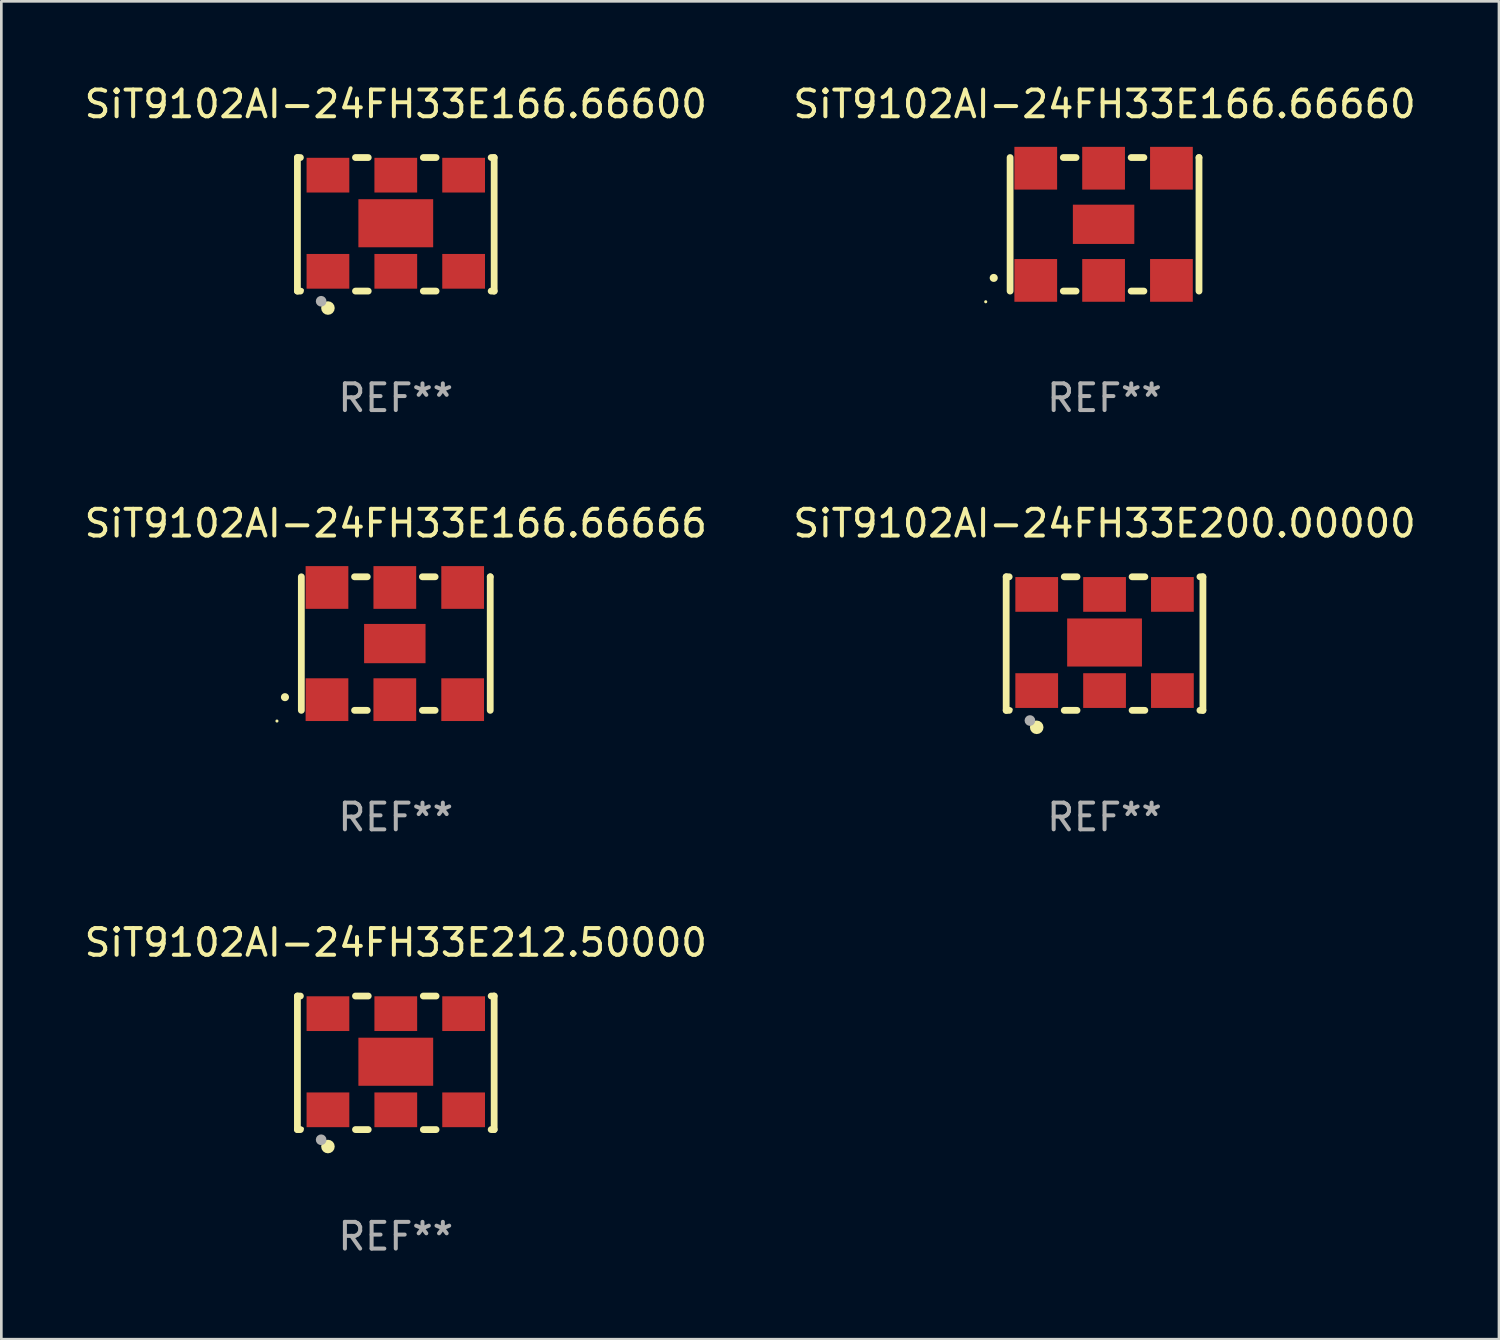
<source format=kicad_pcb>
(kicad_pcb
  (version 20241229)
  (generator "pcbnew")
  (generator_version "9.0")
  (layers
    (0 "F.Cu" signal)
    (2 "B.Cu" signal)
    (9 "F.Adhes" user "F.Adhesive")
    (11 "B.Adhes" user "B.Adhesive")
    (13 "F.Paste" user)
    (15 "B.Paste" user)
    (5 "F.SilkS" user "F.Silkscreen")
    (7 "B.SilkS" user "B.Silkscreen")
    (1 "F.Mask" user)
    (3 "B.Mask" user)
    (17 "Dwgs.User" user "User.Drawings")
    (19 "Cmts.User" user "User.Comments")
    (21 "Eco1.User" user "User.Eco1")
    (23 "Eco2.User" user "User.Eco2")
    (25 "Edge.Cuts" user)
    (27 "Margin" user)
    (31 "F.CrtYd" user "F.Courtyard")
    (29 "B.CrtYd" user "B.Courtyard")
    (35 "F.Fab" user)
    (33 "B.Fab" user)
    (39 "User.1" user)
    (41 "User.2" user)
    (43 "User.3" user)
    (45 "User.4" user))
  (footprint "SiT9102AI-24FH33E166.66600"
    (layer "F.Cu")
    (at 11.768 5.348)
    (property "Reference" "SiT9102AI-24FH33E166.66600" (at 0 -4.5 0) (layer "F.SilkS") (effects (font (size 1 1) (thickness 0.15))))
    (attr through_hole)
    (fp_line (start -3.683 -2.5) (end -3.571 -2.5) (stroke (width 0.254) (type solid)) (layer "F.SilkS"))
    (fp_line (start -3.683 2.5) (end -3.683 -2.5) (stroke (width 0.254) (type solid)) (layer "F.SilkS"))
    (fp_line (start -3.683 2.5) (end -3.571 2.5) (stroke (width 0.254) (type solid)) (layer "F.SilkS"))
    (fp_line (start -1.509 -2.5) (end -1.031 -2.5) (stroke (width 0.254) (type solid)) (layer "F.SilkS"))
    (fp_line (start -1.509 2.5) (end -1.031 2.5) (stroke (width 0.254) (type solid)) (layer "F.SilkS"))
    (fp_line (start 1.031 -2.5) (end 1.509 -2.5) (stroke (width 0.254) (type solid)) (layer "F.SilkS"))
    (fp_line (start 1.031 2.5) (end 1.509 2.5) (stroke (width 0.254) (type solid)) (layer "F.SilkS"))
    (fp_line (start 3.571 -2.5) (end 3.683 -2.5) (stroke (width 0.254) (type solid)) (layer "F.SilkS"))
    (fp_line (start 3.571 2.5) (end 3.683 2.5) (stroke (width 0.254) (type solid)) (layer "F.SilkS"))
    (fp_line (start 3.683 2.5) (end 3.683 -2.5) (stroke (width 0.254) (type solid)) (layer "F.SilkS"))
    (fp_circle (center -3.5 2.46) (end -3.47 2.46) (stroke (width 0.06) (type solid)) (fill no) (layer "F.SilkS"))
    (fp_circle (center -2.54 3.135) (end -2.413 3.135) (stroke (width 0.254) (type solid)) (fill no) (layer "F.SilkS"))
    (fp_circle (center -2.794 2.881) (end -2.694 2.881) (stroke (width 0.2) (type solid)) (fill no) (layer "F.Fab"))
    (fp_text user "REF**" (at 0 6.5 0) (layer "F.Fab") (effects (font (size 1 1) (thickness 0.15))))
    (pad "1" smd rect (at -2.54 1.76) (size 1.6 1.3) (layers "F.Cu" "F.Mask" "F.Paste"))
    (pad "2" smd rect (at 0 1.76) (size 1.6 1.3) (layers "F.Cu" "F.Mask" "F.Paste"))
    (pad "3" smd rect (at 2.54 1.76) (size 1.6 1.3) (layers "F.Cu" "F.Mask" "F.Paste"))
    (pad "4" smd rect (at 2.54 -1.84) (size 1.6 1.3) (layers "F.Cu" "F.Mask" "F.Paste"))
    (pad "5" smd rect (at 0 -1.84) (size 1.6 1.3) (layers "F.Cu" "F.Mask" "F.Paste"))
    (pad "6" smd rect (at -2.54 -1.84) (size 1.6 1.3) (layers "F.Cu" "F.Mask" "F.Paste"))
    (pad "7" smd rect (at 0 -0.04) (size 2.8 1.8) (layers "F.Cu" "F.Mask" "F.Paste")))
  (footprint "SiT9102AI-24FH33E200.00000"
    (layer "F.Cu")
    (at 38.304 21.045)
    (property "Reference" "SiT9102AI-24FH33E200.00000" (at 0 -4.5 0) (layer "F.SilkS") (effects (font (size 1 1) (thickness 0.15))))
    (attr through_hole)
    (fp_line (start -3.683 -2.5) (end -3.571 -2.5) (stroke (width 0.254) (type solid)) (layer "F.SilkS"))
    (fp_line (start -3.683 2.5) (end -3.683 -2.5) (stroke (width 0.254) (type solid)) (layer "F.SilkS"))
    (fp_line (start -3.683 2.5) (end -3.571 2.5) (stroke (width 0.254) (type solid)) (layer "F.SilkS"))
    (fp_line (start -1.509 -2.5) (end -1.031 -2.5) (stroke (width 0.254) (type solid)) (layer "F.SilkS"))
    (fp_line (start -1.509 2.5) (end -1.031 2.5) (stroke (width 0.254) (type solid)) (layer "F.SilkS"))
    (fp_line (start 1.031 -2.5) (end 1.509 -2.5) (stroke (width 0.254) (type solid)) (layer "F.SilkS"))
    (fp_line (start 1.031 2.5) (end 1.509 2.5) (stroke (width 0.254) (type solid)) (layer "F.SilkS"))
    (fp_line (start 3.571 -2.5) (end 3.683 -2.5) (stroke (width 0.254) (type solid)) (layer "F.SilkS"))
    (fp_line (start 3.571 2.5) (end 3.683 2.5) (stroke (width 0.254) (type solid)) (layer "F.SilkS"))
    (fp_line (start 3.683 2.5) (end 3.683 -2.5) (stroke (width 0.254) (type solid)) (layer "F.SilkS"))
    (fp_circle (center -3.5 2.46) (end -3.47 2.46) (stroke (width 0.06) (type solid)) (fill no) (layer "F.SilkS"))
    (fp_circle (center -2.54 3.135) (end -2.413 3.135) (stroke (width 0.254) (type solid)) (fill no) (layer "F.SilkS"))
    (fp_circle (center -2.794 2.881) (end -2.694 2.881) (stroke (width 0.2) (type solid)) (fill no) (layer "F.Fab"))
    (fp_text user "REF**" (at 0 6.5 0) (layer "F.Fab") (effects (font (size 1 1) (thickness 0.15))))
    (pad "1" smd rect (at -2.54 1.76) (size 1.6 1.3) (layers "F.Cu" "F.Mask" "F.Paste"))
    (pad "2" smd rect (at 0 1.76) (size 1.6 1.3) (layers "F.Cu" "F.Mask" "F.Paste"))
    (pad "3" smd rect (at 2.54 1.76) (size 1.6 1.3) (layers "F.Cu" "F.Mask" "F.Paste"))
    (pad "4" smd rect (at 2.54 -1.84) (size 1.6 1.3) (layers "F.Cu" "F.Mask" "F.Paste"))
    (pad "5" smd rect (at 0 -1.84) (size 1.6 1.3) (layers "F.Cu" "F.Mask" "F.Paste"))
    (pad "6" smd rect (at -2.54 -1.84) (size 1.6 1.3) (layers "F.Cu" "F.Mask" "F.Paste"))
    (pad "7" smd rect (at 0 -0.04) (size 2.8 1.8) (layers "F.Cu" "F.Mask" "F.Paste")))
  (footprint "SiT9102AI-24FH33E166.66666"
    (layer "F.Cu")
    (at 11.768 21.045)
    (property "Reference" "SiT9102AI-24FH33E166.66666" (at 0 -4.5 0) (layer "F.SilkS") (effects (font (size 1 1) (thickness 0.15))))
    (attr through_hole)
    (fp_line (start -3.536 -2.5) (end -3.536 2.5) (stroke (width 0.254) (type solid)) (layer "F.SilkS"))
    (fp_line (start -1.544 2.5) (end -1.067 2.5) (stroke (width 0.254) (type solid)) (layer "F.SilkS"))
    (fp_line (start -1.067 -2.5) (end -1.544 -2.5) (stroke (width 0.254) (type solid)) (layer "F.SilkS"))
    (fp_line (start 0.996 2.5) (end 1.473 2.5) (stroke (width 0.254) (type solid)) (layer "F.SilkS"))
    (fp_line (start 1.473 -2.5) (end 0.996 -2.5) (stroke (width 0.254) (type solid)) (layer "F.SilkS"))
    (fp_line (start 3.536 -2.5) (end 3.536 -2.5) (stroke (width 0.254) (type solid)) (layer "F.SilkS"))
    (fp_line (start 3.536 2.5) (end 3.536 -2.5) (stroke (width 0.254) (type solid)) (layer "F.SilkS"))
    (fp_arc (start -4.150432 2.006604) (mid -4.149162 2.006599) (end -4.147892 2.006604) (stroke (width 0.3) (type solid)) (layer "F.SilkS"))
    (fp_circle (center -4.449 2.9) (end -4.419 2.9) (stroke (width 0.06) (type solid)) (fill no) (layer "F.SilkS"))
    (fp_text user "REF**" (at 0 6.5 0) (layer "F.Fab") (effects (font (size 1 1) (thickness 0.15))))
    (pad "1" smd rect (at -2.576 2.1) (size 1.6 1.6) (layers "F.Cu" "F.Mask" "F.Paste"))
    (pad "2" smd rect (at -0.036 2.1) (size 1.6 1.6) (layers "F.Cu" "F.Mask" "F.Paste"))
    (pad "3" smd rect (at 2.504 2.1) (size 1.6 1.6) (layers "F.Cu" "F.Mask" "F.Paste"))
    (pad "4" smd rect (at 2.504 -2.1) (size 1.6 1.6) (layers "F.Cu" "F.Mask" "F.Paste"))
    (pad "5" smd rect (at -0.036 -2.1) (size 1.6 1.6) (layers "F.Cu" "F.Mask" "F.Paste"))
    (pad "6" smd rect (at -2.576 -2.1) (size 1.6 1.6) (layers "F.Cu" "F.Mask" "F.Paste"))
    (pad "7" smd rect (at -0.036 0) (size 2.3 1.47) (layers "F.Cu" "F.Mask" "F.Paste")))
  (footprint "SiT9102AI-24FH33E166.66660"
    (layer "F.Cu")
    (at 38.304 5.348)
    (property "Reference" "SiT9102AI-24FH33E166.66660" (at 0 -4.5 0) (layer "F.SilkS") (effects (font (size 1 1) (thickness 0.15))))
    (attr through_hole)
    (fp_line (start -3.536 -2.5) (end -3.536 2.5) (stroke (width 0.254) (type solid)) (layer "F.SilkS"))
    (fp_line (start -1.544 2.5) (end -1.067 2.5) (stroke (width 0.254) (type solid)) (layer "F.SilkS"))
    (fp_line (start -1.067 -2.5) (end -1.544 -2.5) (stroke (width 0.254) (type solid)) (layer "F.SilkS"))
    (fp_line (start 0.996 2.5) (end 1.473 2.5) (stroke (width 0.254) (type solid)) (layer "F.SilkS"))
    (fp_line (start 1.473 -2.5) (end 0.996 -2.5) (stroke (width 0.254) (type solid)) (layer "F.SilkS"))
    (fp_line (start 3.536 -2.5) (end 3.536 -2.5) (stroke (width 0.254) (type solid)) (layer "F.SilkS"))
    (fp_line (start 3.536 2.5) (end 3.536 -2.5) (stroke (width 0.254) (type solid)) (layer "F.SilkS"))
    (fp_arc (start -4.150432 2.006604) (mid -4.149162 2.006599) (end -4.147892 2.006604) (stroke (width 0.3) (type solid)) (layer "F.SilkS"))
    (fp_circle (center -4.449 2.9) (end -4.419 2.9) (stroke (width 0.06) (type solid)) (fill no) (layer "F.SilkS"))
    (fp_text user "REF**" (at 0 6.5 0) (layer "F.Fab") (effects (font (size 1 1) (thickness 0.15))))
    (pad "1" smd rect (at -2.576 2.1) (size 1.6 1.6) (layers "F.Cu" "F.Mask" "F.Paste"))
    (pad "2" smd rect (at -0.036 2.1) (size 1.6 1.6) (layers "F.Cu" "F.Mask" "F.Paste"))
    (pad "3" smd rect (at 2.504 2.1) (size 1.6 1.6) (layers "F.Cu" "F.Mask" "F.Paste"))
    (pad "4" smd rect (at 2.504 -2.1) (size 1.6 1.6) (layers "F.Cu" "F.Mask" "F.Paste"))
    (pad "5" smd rect (at -0.036 -2.1) (size 1.6 1.6) (layers "F.Cu" "F.Mask" "F.Paste"))
    (pad "6" smd rect (at -2.576 -2.1) (size 1.6 1.6) (layers "F.Cu" "F.Mask" "F.Paste"))
    (pad "7" smd rect (at -0.036 0) (size 2.3 1.47) (layers "F.Cu" "F.Mask" "F.Paste")))
  (footprint "SiT9102AI-24FH33E212.50000"
    (layer "F.Cu")
    (at 11.768 36.741)
    (property "Reference" "SiT9102AI-24FH33E212.50000" (at 0 -4.5 0) (layer "F.SilkS") (effects (font (size 1 1) (thickness 0.15))))
    (attr through_hole)
    (fp_line (start -3.683 -2.5) (end -3.571 -2.5) (stroke (width 0.254) (type solid)) (layer "F.SilkS"))
    (fp_line (start -3.683 2.5) (end -3.683 -2.5) (stroke (width 0.254) (type solid)) (layer "F.SilkS"))
    (fp_line (start -3.683 2.5) (end -3.571 2.5) (stroke (width 0.254) (type solid)) (layer "F.SilkS"))
    (fp_line (start -1.509 -2.5) (end -1.031 -2.5) (stroke (width 0.254) (type solid)) (layer "F.SilkS"))
    (fp_line (start -1.509 2.5) (end -1.031 2.5) (stroke (width 0.254) (type solid)) (layer "F.SilkS"))
    (fp_line (start 1.031 -2.5) (end 1.509 -2.5) (stroke (width 0.254) (type solid)) (layer "F.SilkS"))
    (fp_line (start 1.031 2.5) (end 1.509 2.5) (stroke (width 0.254) (type solid)) (layer "F.SilkS"))
    (fp_line (start 3.571 -2.5) (end 3.683 -2.5) (stroke (width 0.254) (type solid)) (layer "F.SilkS"))
    (fp_line (start 3.571 2.5) (end 3.683 2.5) (stroke (width 0.254) (type solid)) (layer "F.SilkS"))
    (fp_line (start 3.683 2.5) (end 3.683 -2.5) (stroke (width 0.254) (type solid)) (layer "F.SilkS"))
    (fp_circle (center -3.5 2.46) (end -3.47 2.46) (stroke (width 0.06) (type solid)) (fill no) (layer "F.SilkS"))
    (fp_circle (center -2.54 3.135) (end -2.413 3.135) (stroke (width 0.254) (type solid)) (fill no) (layer "F.SilkS"))
    (fp_circle (center -2.794 2.881) (end -2.694 2.881) (stroke (width 0.2) (type solid)) (fill no) (layer "F.Fab"))
    (fp_text user "REF**" (at 0 6.5 0) (layer "F.Fab") (effects (font (size 1 1) (thickness 0.15))))
    (pad "1" smd rect (at -2.54 1.76) (size 1.6 1.3) (layers "F.Cu" "F.Mask" "F.Paste"))
    (pad "2" smd rect (at 0 1.76) (size 1.6 1.3) (layers "F.Cu" "F.Mask" "F.Paste"))
    (pad "3" smd rect (at 2.54 1.76) (size 1.6 1.3) (layers "F.Cu" "F.Mask" "F.Paste"))
    (pad "4" smd rect (at 2.54 -1.84) (size 1.6 1.3) (layers "F.Cu" "F.Mask" "F.Paste"))
    (pad "5" smd rect (at 0 -1.84) (size 1.6 1.3) (layers "F.Cu" "F.Mask" "F.Paste"))
    (pad "6" smd rect (at -2.54 -1.84) (size 1.6 1.3) (layers "F.Cu" "F.Mask" "F.Paste"))
    (pad "7" smd rect (at 0 -0.04) (size 2.8 1.8) (layers "F.Cu" "F.Mask" "F.Paste")))
  (gr_rect
    (start -3 -3)
    (end 53.071 47.09)
    (stroke (width 0.1) (type default))
    (fill no)
    (layer "Edge.Cuts")))
</source>
